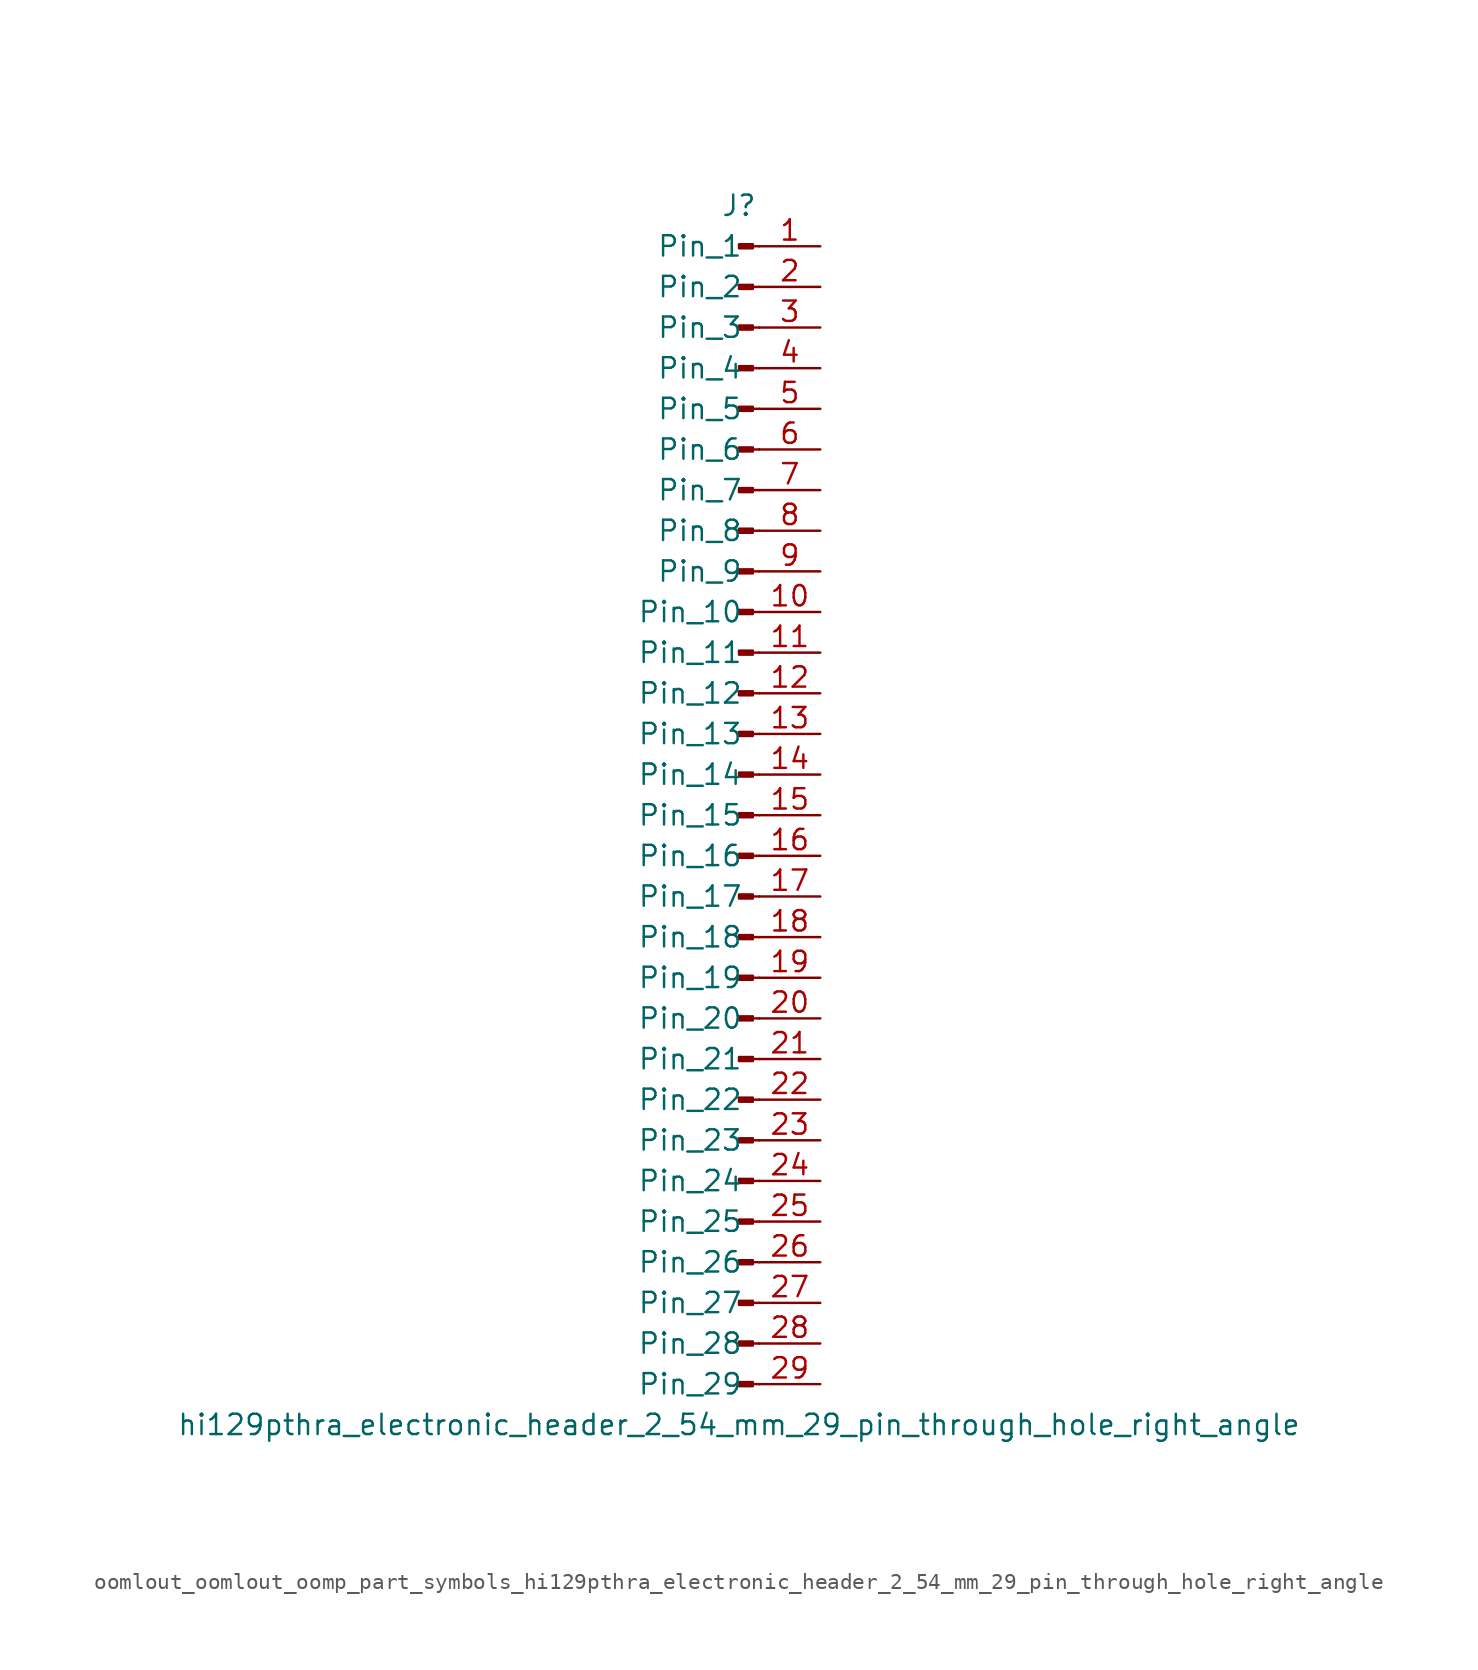
<source format=kicad_sym>
(kicad_symbol_lib
  (version 20220914)
  (generator kicad_symbol_editor)
  (symbol "oomlout_oomlout_oomp_part_symbols_hi129pthra_electronic_header_2_54_mm_29_pin_through_hole_right_angle"
    (pin_names
      (offset 1.016))
    (property "Reference" "J"
      (at 0 38.1 0)
      (effects (font (size 1.27 1.27))))
    (property "Value" "hi129pthra_electronic_header_2_54_mm_29_pin_through_hole_right_angle"
      (at 0 -38.1 0)
      (effects (font (size 1.27 1.27))))
    (property "ki_locked" ""
      (at 0 0 0)
      (effects (font (size 1.27 1.27))))
    (symbol "oomlout_oomlout_oomp_part_symbols_hi129pthra_electronic_header_2_54_mm_29_pin_through_hole_right_angle_1_1"
      (polyline (pts (xy 1.27 -35.56) (xy 0.864 -35.56)) (stroke (width 0.152) (type default)) (fill (type none)))
      (polyline (pts (xy 1.27 -33.02) (xy 0.864 -33.02)) (stroke (width 0.152) (type default)) (fill (type none)))
      (polyline (pts (xy 1.27 -30.48) (xy 0.864 -30.48)) (stroke (width 0.152) (type default)) (fill (type none)))
      (polyline (pts (xy 1.27 -27.94) (xy 0.864 -27.94)) (stroke (width 0.152) (type default)) (fill (type none)))
      (polyline (pts (xy 1.27 -25.4) (xy 0.864 -25.4)) (stroke (width 0.152) (type default)) (fill (type none)))
      (polyline (pts (xy 1.27 -22.86) (xy 0.864 -22.86)) (stroke (width 0.152) (type default)) (fill (type none)))
      (polyline (pts (xy 1.27 -20.32) (xy 0.864 -20.32)) (stroke (width 0.152) (type default)) (fill (type none)))
      (polyline (pts (xy 1.27 -17.78) (xy 0.864 -17.78)) (stroke (width 0.152) (type default)) (fill (type none)))
      (polyline (pts (xy 1.27 -15.24) (xy 0.864 -15.24)) (stroke (width 0.152) (type default)) (fill (type none)))
      (polyline (pts (xy 1.27 -12.7) (xy 0.864 -12.7)) (stroke (width 0.152) (type default)) (fill (type none)))
      (polyline (pts (xy 1.27 -10.16) (xy 0.864 -10.16)) (stroke (width 0.152) (type default)) (fill (type none)))
      (polyline (pts (xy 1.27 -7.62) (xy 0.864 -7.62)) (stroke (width 0.152) (type default)) (fill (type none)))
      (polyline (pts (xy 1.27 -5.08) (xy 0.864 -5.08)) (stroke (width 0.152) (type default)) (fill (type none)))
      (polyline (pts (xy 1.27 -2.54) (xy 0.864 -2.54)) (stroke (width 0.152) (type default)) (fill (type none)))
      (polyline (pts (xy 1.27 0) (xy 0.864 0)) (stroke (width 0.152) (type default)) (fill (type none)))
      (polyline (pts (xy 1.27 2.54) (xy 0.864 2.54)) (stroke (width 0.152) (type default)) (fill (type none)))
      (polyline (pts (xy 1.27 5.08) (xy 0.864 5.08)) (stroke (width 0.152) (type default)) (fill (type none)))
      (polyline (pts (xy 1.27 7.62) (xy 0.864 7.62)) (stroke (width 0.152) (type default)) (fill (type none)))
      (polyline (pts (xy 1.27 10.16) (xy 0.864 10.16)) (stroke (width 0.152) (type default)) (fill (type none)))
      (polyline (pts (xy 1.27 12.7) (xy 0.864 12.7)) (stroke (width 0.152) (type default)) (fill (type none)))
      (polyline (pts (xy 1.27 15.24) (xy 0.864 15.24)) (stroke (width 0.152) (type default)) (fill (type none)))
      (polyline (pts (xy 1.27 17.78) (xy 0.864 17.78)) (stroke (width 0.152) (type default)) (fill (type none)))
      (polyline (pts (xy 1.27 20.32) (xy 0.864 20.32)) (stroke (width 0.152) (type default)) (fill (type none)))
      (polyline (pts (xy 1.27 22.86) (xy 0.864 22.86)) (stroke (width 0.152) (type default)) (fill (type none)))
      (polyline (pts (xy 1.27 25.4) (xy 0.864 25.4)) (stroke (width 0.152) (type default)) (fill (type none)))
      (polyline (pts (xy 1.27 27.94) (xy 0.864 27.94)) (stroke (width 0.152) (type default)) (fill (type none)))
      (polyline (pts (xy 1.27 30.48) (xy 0.864 30.48)) (stroke (width 0.152) (type default)) (fill (type none)))
      (polyline (pts (xy 1.27 33.02) (xy 0.864 33.02)) (stroke (width 0.152) (type default)) (fill (type none)))
      (polyline (pts (xy 1.27 35.56) (xy 0.864 35.56)) (stroke (width 0.152) (type default)) (fill (type none)))
      (rectangle (start 0.864 -35.433) (end 0 -35.687) (stroke (width 0.152) (type default)) (fill (type outline)))
      (rectangle (start 0.864 -32.893) (end 0 -33.147) (stroke (width 0.152) (type default)) (fill (type outline)))
      (rectangle (start 0.864 -30.353) (end 0 -30.607) (stroke (width 0.152) (type default)) (fill (type outline)))
      (rectangle (start 0.864 -27.813) (end 0 -28.067) (stroke (width 0.152) (type default)) (fill (type outline)))
      (rectangle (start 0.864 -25.273) (end 0 -25.527) (stroke (width 0.152) (type default)) (fill (type outline)))
      (rectangle (start 0.864 -22.733) (end 0 -22.987) (stroke (width 0.152) (type default)) (fill (type outline)))
      (rectangle (start 0.864 -20.193) (end 0 -20.447) (stroke (width 0.152) (type default)) (fill (type outline)))
      (rectangle (start 0.864 -17.653) (end 0 -17.907) (stroke (width 0.152) (type default)) (fill (type outline)))
      (rectangle (start 0.864 -15.113) (end 0 -15.367) (stroke (width 0.152) (type default)) (fill (type outline)))
      (rectangle (start 0.864 -12.573) (end 0 -12.827) (stroke (width 0.152) (type default)) (fill (type outline)))
      (rectangle (start 0.864 -10.033) (end 0 -10.287) (stroke (width 0.152) (type default)) (fill (type outline)))
      (rectangle (start 0.864 -7.493) (end 0 -7.747) (stroke (width 0.152) (type default)) (fill (type outline)))
      (rectangle (start 0.864 -4.953) (end 0 -5.207) (stroke (width 0.152) (type default)) (fill (type outline)))
      (rectangle (start 0.864 -2.413) (end 0 -2.667) (stroke (width 0.152) (type default)) (fill (type outline)))
      (rectangle (start 0.864 0.127) (end 0 -0.127) (stroke (width 0.152) (type default)) (fill (type outline)))
      (rectangle (start 0.864 2.667) (end 0 2.413) (stroke (width 0.152) (type default)) (fill (type outline)))
      (rectangle (start 0.864 5.207) (end 0 4.953) (stroke (width 0.152) (type default)) (fill (type outline)))
      (rectangle (start 0.864 7.747) (end 0 7.493) (stroke (width 0.152) (type default)) (fill (type outline)))
      (rectangle (start 0.864 10.287) (end 0 10.033) (stroke (width 0.152) (type default)) (fill (type outline)))
      (rectangle (start 0.864 12.827) (end 0 12.573) (stroke (width 0.152) (type default)) (fill (type outline)))
      (rectangle (start 0.864 15.367) (end 0 15.113) (stroke (width 0.152) (type default)) (fill (type outline)))
      (rectangle (start 0.864 17.907) (end 0 17.653) (stroke (width 0.152) (type default)) (fill (type outline)))
      (rectangle (start 0.864 20.447) (end 0 20.193) (stroke (width 0.152) (type default)) (fill (type outline)))
      (rectangle (start 0.864 22.987) (end 0 22.733) (stroke (width 0.152) (type default)) (fill (type outline)))
      (rectangle (start 0.864 25.527) (end 0 25.273) (stroke (width 0.152) (type default)) (fill (type outline)))
      (rectangle (start 0.864 28.067) (end 0 27.813) (stroke (width 0.152) (type default)) (fill (type outline)))
      (rectangle (start 0.864 30.607) (end 0 30.353) (stroke (width 0.152) (type default)) (fill (type outline)))
      (rectangle (start 0.864 33.147) (end 0 32.893) (stroke (width 0.152) (type default)) (fill (type outline)))
      (rectangle (start 0.864 35.687) (end 0 35.433) (stroke (width 0.152) (type default)) (fill (type outline)))
      (pin passive line (at 5.08 35.56 180) (length 3.81) (name "Pin_1" (effects (font (size 1.27 1.27)))) (number "1" (effects (font (size 1.27 1.27)))))
      (pin passive line (at 5.08 12.7 180) (length 3.81) (name "Pin_10" (effects (font (size 1.27 1.27)))) (number "10" (effects (font (size 1.27 1.27)))))
      (pin passive line (at 5.08 10.16 180) (length 3.81) (name "Pin_11" (effects (font (size 1.27 1.27)))) (number "11" (effects (font (size 1.27 1.27)))))
      (pin passive line (at 5.08 7.62 180) (length 3.81) (name "Pin_12" (effects (font (size 1.27 1.27)))) (number "12" (effects (font (size 1.27 1.27)))))
      (pin passive line (at 5.08 5.08 180) (length 3.81) (name "Pin_13" (effects (font (size 1.27 1.27)))) (number "13" (effects (font (size 1.27 1.27)))))
      (pin passive line (at 5.08 2.54 180) (length 3.81) (name "Pin_14" (effects (font (size 1.27 1.27)))) (number "14" (effects (font (size 1.27 1.27)))))
      (pin passive line (at 5.08 0 180) (length 3.81) (name "Pin_15" (effects (font (size 1.27 1.27)))) (number "15" (effects (font (size 1.27 1.27)))))
      (pin passive line (at 5.08 -2.54 180) (length 3.81) (name "Pin_16" (effects (font (size 1.27 1.27)))) (number "16" (effects (font (size 1.27 1.27)))))
      (pin passive line (at 5.08 -5.08 180) (length 3.81) (name "Pin_17" (effects (font (size 1.27 1.27)))) (number "17" (effects (font (size 1.27 1.27)))))
      (pin passive line (at 5.08 -7.62 180) (length 3.81) (name "Pin_18" (effects (font (size 1.27 1.27)))) (number "18" (effects (font (size 1.27 1.27)))))
      (pin passive line (at 5.08 -10.16 180) (length 3.81) (name "Pin_19" (effects (font (size 1.27 1.27)))) (number "19" (effects (font (size 1.27 1.27)))))
      (pin passive line (at 5.08 33.02 180) (length 3.81) (name "Pin_2" (effects (font (size 1.27 1.27)))) (number "2" (effects (font (size 1.27 1.27)))))
      (pin passive line (at 5.08 -12.7 180) (length 3.81) (name "Pin_20" (effects (font (size 1.27 1.27)))) (number "20" (effects (font (size 1.27 1.27)))))
      (pin passive line (at 5.08 -15.24 180) (length 3.81) (name "Pin_21" (effects (font (size 1.27 1.27)))) (number "21" (effects (font (size 1.27 1.27)))))
      (pin passive line (at 5.08 -17.78 180) (length 3.81) (name "Pin_22" (effects (font (size 1.27 1.27)))) (number "22" (effects (font (size 1.27 1.27)))))
      (pin passive line (at 5.08 -20.32 180) (length 3.81) (name "Pin_23" (effects (font (size 1.27 1.27)))) (number "23" (effects (font (size 1.27 1.27)))))
      (pin passive line (at 5.08 -22.86 180) (length 3.81) (name "Pin_24" (effects (font (size 1.27 1.27)))) (number "24" (effects (font (size 1.27 1.27)))))
      (pin passive line (at 5.08 -25.4 180) (length 3.81) (name "Pin_25" (effects (font (size 1.27 1.27)))) (number "25" (effects (font (size 1.27 1.27)))))
      (pin passive line (at 5.08 -27.94 180) (length 3.81) (name "Pin_26" (effects (font (size 1.27 1.27)))) (number "26" (effects (font (size 1.27 1.27)))))
      (pin passive line (at 5.08 -30.48 180) (length 3.81) (name "Pin_27" (effects (font (size 1.27 1.27)))) (number "27" (effects (font (size 1.27 1.27)))))
      (pin passive line (at 5.08 -33.02 180) (length 3.81) (name "Pin_28" (effects (font (size 1.27 1.27)))) (number "28" (effects (font (size 1.27 1.27)))))
      (pin passive line (at 5.08 -35.56 180) (length 3.81) (name "Pin_29" (effects (font (size 1.27 1.27)))) (number "29" (effects (font (size 1.27 1.27)))))
      (pin passive line (at 5.08 30.48 180) (length 3.81) (name "Pin_3" (effects (font (size 1.27 1.27)))) (number "3" (effects (font (size 1.27 1.27)))))
      (pin passive line (at 5.08 27.94 180) (length 3.81) (name "Pin_4" (effects (font (size 1.27 1.27)))) (number "4" (effects (font (size 1.27 1.27)))))
      (pin passive line (at 5.08 25.4 180) (length 3.81) (name "Pin_5" (effects (font (size 1.27 1.27)))) (number "5" (effects (font (size 1.27 1.27)))))
      (pin passive line (at 5.08 22.86 180) (length 3.81) (name "Pin_6" (effects (font (size 1.27 1.27)))) (number "6" (effects (font (size 1.27 1.27)))))
      (pin passive line (at 5.08 20.32 180) (length 3.81) (name "Pin_7" (effects (font (size 1.27 1.27)))) (number "7" (effects (font (size 1.27 1.27)))))
      (pin passive line (at 5.08 17.78 180) (length 3.81) (name "Pin_8" (effects (font (size 1.27 1.27)))) (number "8" (effects (font (size 1.27 1.27)))))
      (pin passive line (at 5.08 15.24 180) (length 3.81) (name "Pin_9" (effects (font (size 1.27 1.27)))) (number "9" (effects (font (size 1.27 1.27))))))))
</source>
